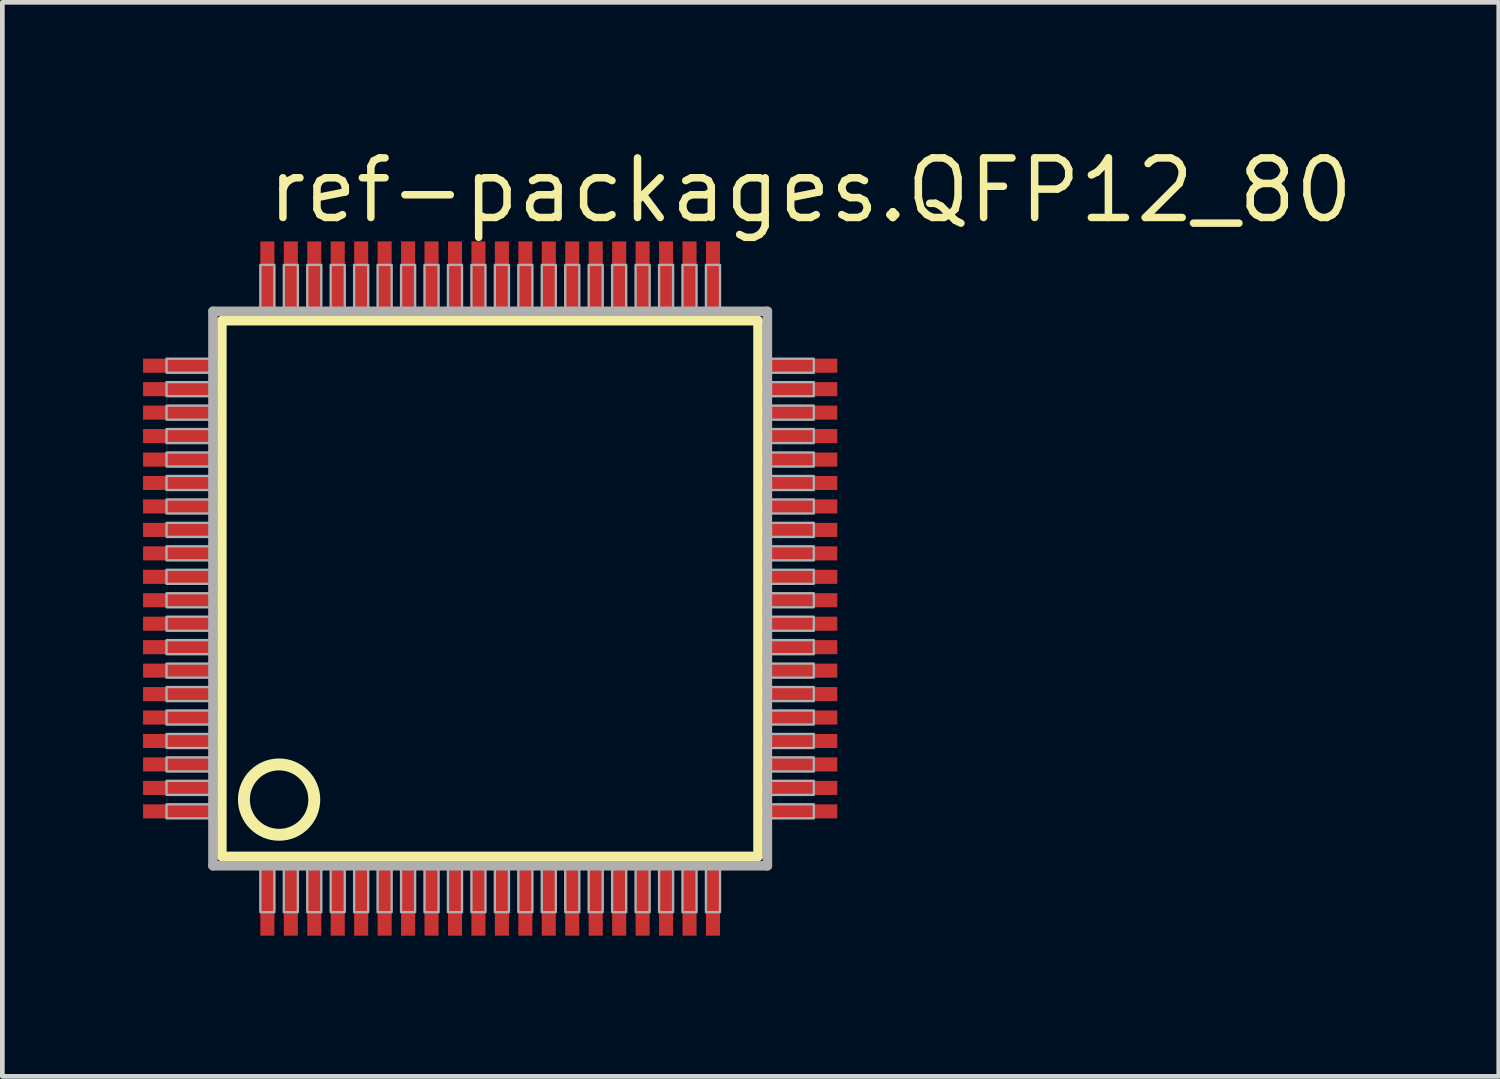
<source format=kicad_pcb>
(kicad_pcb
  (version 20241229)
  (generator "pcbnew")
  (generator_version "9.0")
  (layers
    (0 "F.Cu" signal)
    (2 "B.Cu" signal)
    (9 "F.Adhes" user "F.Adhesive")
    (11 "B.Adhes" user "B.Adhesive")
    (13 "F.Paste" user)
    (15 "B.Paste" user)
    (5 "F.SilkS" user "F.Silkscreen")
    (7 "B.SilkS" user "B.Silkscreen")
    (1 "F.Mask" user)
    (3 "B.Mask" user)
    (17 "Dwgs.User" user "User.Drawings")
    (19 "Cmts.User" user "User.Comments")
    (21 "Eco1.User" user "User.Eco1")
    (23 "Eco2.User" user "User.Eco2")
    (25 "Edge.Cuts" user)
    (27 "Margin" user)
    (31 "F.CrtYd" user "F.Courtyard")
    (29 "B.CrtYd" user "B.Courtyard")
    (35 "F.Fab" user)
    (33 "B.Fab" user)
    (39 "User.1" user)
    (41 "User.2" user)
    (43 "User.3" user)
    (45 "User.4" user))
  (footprint "ref-packages.QFP12_80"
    (layer "F.Cu")
    (at 7.4 9.497)
    (property "Reference" "ref-packages.QFP12_80" (at -4.826 -7.747 0) (layer "F.SilkS") (effects (font (size 1.27 1.27) (thickness 0.16)) (justify left bottom)))
    (attr smd)
    (fp_line (start -5.72 -5.71) (end 5.71 -5.71) (stroke (width 0.203) (type default)) (layer "F.SilkS"))
    (fp_line (start -5.72 5.71) (end -5.72 -5.71) (stroke (width 0.203) (type default)) (layer "F.SilkS"))
    (fp_line (start 5.71 5.71) (end -5.72 5.71) (stroke (width 0.203) (type default)) (layer "F.SilkS"))
    (fp_line (start 5.71 -5.71) (end 5.71 5.71) (stroke (width 0.203) (type default)) (layer "F.SilkS"))
    (fp_circle (center -4.5 4.5) (end -3.75 4.5) (stroke (width 0.254) (type default)) (fill no) (layer "F.SilkS"))
    (fp_line (start -5.91 -5.91) (end -5.91 5.91) (stroke (width 0.203) (type default)) (layer "F.Fab"))
    (fp_line (start -5.91 5.91) (end 5.91 5.91) (stroke (width 0.203) (type default)) (layer "F.Fab"))
    (fp_line (start 5.91 -5.91) (end -5.91 -5.91) (stroke (width 0.203) (type default)) (layer "F.Fab"))
    (fp_line (start 5.91 5.91) (end 5.91 -5.91) (stroke (width 0.203) (type default)) (layer "F.Fab"))
    (fp_rect (start -6.9 -4.6) (end -5.95 -4.9) (stroke (width 0.05) (type default)) (fill no) (layer "F.Fab"))
    (fp_rect (start -6.9 -4.1) (end -5.95 -4.4) (stroke (width 0.05) (type default)) (fill no) (layer "F.Fab"))
    (fp_rect (start -6.9 -3.6) (end -5.95 -3.9) (stroke (width 0.05) (type default)) (fill no) (layer "F.Fab"))
    (fp_rect (start -6.9 -3.1) (end -5.95 -3.4) (stroke (width 0.05) (type default)) (fill no) (layer "F.Fab"))
    (fp_rect (start -6.9 -2.6) (end -5.95 -2.9) (stroke (width 0.05) (type default)) (fill no) (layer "F.Fab"))
    (fp_rect (start -6.9 -2.1) (end -5.95 -2.4) (stroke (width 0.05) (type default)) (fill no) (layer "F.Fab"))
    (fp_rect (start -6.9 -1.6) (end -5.95 -1.9) (stroke (width 0.05) (type default)) (fill no) (layer "F.Fab"))
    (fp_rect (start -6.9 -1.1) (end -5.95 -1.4) (stroke (width 0.05) (type default)) (fill no) (layer "F.Fab"))
    (fp_rect (start -6.9 -0.6) (end -5.95 -0.9) (stroke (width 0.05) (type default)) (fill no) (layer "F.Fab"))
    (fp_rect (start -6.9 -0.1) (end -5.95 -0.4) (stroke (width 0.05) (type default)) (fill no) (layer "F.Fab"))
    (fp_rect (start -6.9 0.4) (end -5.95 0.1) (stroke (width 0.05) (type default)) (fill no) (layer "F.Fab"))
    (fp_rect (start -6.9 0.9) (end -5.95 0.6) (stroke (width 0.05) (type default)) (fill no) (layer "F.Fab"))
    (fp_rect (start -6.9 1.4) (end -5.95 1.1) (stroke (width 0.05) (type default)) (fill no) (layer "F.Fab"))
    (fp_rect (start -6.9 1.9) (end -5.95 1.6) (stroke (width 0.05) (type default)) (fill no) (layer "F.Fab"))
    (fp_rect (start -6.9 2.4) (end -5.95 2.1) (stroke (width 0.05) (type default)) (fill no) (layer "F.Fab"))
    (fp_rect (start -6.9 2.9) (end -5.95 2.6) (stroke (width 0.05) (type default)) (fill no) (layer "F.Fab"))
    (fp_rect (start -6.9 3.4) (end -5.95 3.1) (stroke (width 0.05) (type default)) (fill no) (layer "F.Fab"))
    (fp_rect (start -6.9 3.9) (end -5.95 3.6) (stroke (width 0.05) (type default)) (fill no) (layer "F.Fab"))
    (fp_rect (start -6.9 4.4) (end -5.95 4.1) (stroke (width 0.05) (type default)) (fill no) (layer "F.Fab"))
    (fp_rect (start -6.9 4.9) (end -5.95 4.6) (stroke (width 0.05) (type default)) (fill no) (layer "F.Fab"))
    (fp_rect (start -4.9 -5.95) (end -4.6 -6.9) (stroke (width 0.05) (type default)) (fill no) (layer "F.Fab"))
    (fp_rect (start -4.9 6.9) (end -4.6 5.95) (stroke (width 0.05) (type default)) (fill no) (layer "F.Fab"))
    (fp_rect (start -4.4 -5.95) (end -4.1 -6.9) (stroke (width 0.05) (type default)) (fill no) (layer "F.Fab"))
    (fp_rect (start -4.4 6.9) (end -4.1 5.95) (stroke (width 0.05) (type default)) (fill no) (layer "F.Fab"))
    (fp_rect (start -3.9 -5.95) (end -3.6 -6.9) (stroke (width 0.05) (type default)) (fill no) (layer "F.Fab"))
    (fp_rect (start -3.9 6.9) (end -3.6 5.95) (stroke (width 0.05) (type default)) (fill no) (layer "F.Fab"))
    (fp_rect (start -3.4 -5.95) (end -3.1 -6.9) (stroke (width 0.05) (type default)) (fill no) (layer "F.Fab"))
    (fp_rect (start -3.4 6.9) (end -3.1 5.95) (stroke (width 0.05) (type default)) (fill no) (layer "F.Fab"))
    (fp_rect (start -2.9 -5.95) (end -2.6 -6.9) (stroke (width 0.05) (type default)) (fill no) (layer "F.Fab"))
    (fp_rect (start -2.9 6.9) (end -2.6 5.95) (stroke (width 0.05) (type default)) (fill no) (layer "F.Fab"))
    (fp_rect (start -2.4 -5.95) (end -2.1 -6.9) (stroke (width 0.05) (type default)) (fill no) (layer "F.Fab"))
    (fp_rect (start -2.4 6.9) (end -2.1 5.95) (stroke (width 0.05) (type default)) (fill no) (layer "F.Fab"))
    (fp_rect (start -1.9 -5.95) (end -1.6 -6.9) (stroke (width 0.05) (type default)) (fill no) (layer "F.Fab"))
    (fp_rect (start -1.9 6.9) (end -1.6 5.95) (stroke (width 0.05) (type default)) (fill no) (layer "F.Fab"))
    (fp_rect (start -1.4 -5.95) (end -1.1 -6.9) (stroke (width 0.05) (type default)) (fill no) (layer "F.Fab"))
    (fp_rect (start -1.4 6.9) (end -1.1 5.95) (stroke (width 0.05) (type default)) (fill no) (layer "F.Fab"))
    (fp_rect (start -0.9 -5.95) (end -0.6 -6.9) (stroke (width 0.05) (type default)) (fill no) (layer "F.Fab"))
    (fp_rect (start -0.9 6.9) (end -0.6 5.95) (stroke (width 0.05) (type default)) (fill no) (layer "F.Fab"))
    (fp_rect (start -0.4 -5.95) (end -0.1 -6.9) (stroke (width 0.05) (type default)) (fill no) (layer "F.Fab"))
    (fp_rect (start -0.4 6.9) (end -0.1 5.95) (stroke (width 0.05) (type default)) (fill no) (layer "F.Fab"))
    (fp_rect (start 0.1 -5.95) (end 0.4 -6.9) (stroke (width 0.05) (type default)) (fill no) (layer "F.Fab"))
    (fp_rect (start 0.1 6.9) (end 0.4 5.95) (stroke (width 0.05) (type default)) (fill no) (layer "F.Fab"))
    (fp_rect (start 0.6 -5.95) (end 0.9 -6.9) (stroke (width 0.05) (type default)) (fill no) (layer "F.Fab"))
    (fp_rect (start 0.6 6.9) (end 0.9 5.95) (stroke (width 0.05) (type default)) (fill no) (layer "F.Fab"))
    (fp_rect (start 1.1 -5.95) (end 1.4 -6.9) (stroke (width 0.05) (type default)) (fill no) (layer "F.Fab"))
    (fp_rect (start 1.1 6.9) (end 1.4 5.95) (stroke (width 0.05) (type default)) (fill no) (layer "F.Fab"))
    (fp_rect (start 1.6 -5.95) (end 1.9 -6.9) (stroke (width 0.05) (type default)) (fill no) (layer "F.Fab"))
    (fp_rect (start 1.6 6.9) (end 1.9 5.95) (stroke (width 0.05) (type default)) (fill no) (layer "F.Fab"))
    (fp_rect (start 2.1 -5.95) (end 2.4 -6.9) (stroke (width 0.05) (type default)) (fill no) (layer "F.Fab"))
    (fp_rect (start 2.1 6.9) (end 2.4 5.95) (stroke (width 0.05) (type default)) (fill no) (layer "F.Fab"))
    (fp_rect (start 2.6 -5.95) (end 2.9 -6.9) (stroke (width 0.05) (type default)) (fill no) (layer "F.Fab"))
    (fp_rect (start 2.6 6.9) (end 2.9 5.95) (stroke (width 0.05) (type default)) (fill no) (layer "F.Fab"))
    (fp_rect (start 3.1 -5.95) (end 3.4 -6.9) (stroke (width 0.05) (type default)) (fill no) (layer "F.Fab"))
    (fp_rect (start 3.1 6.9) (end 3.4 5.95) (stroke (width 0.05) (type default)) (fill no) (layer "F.Fab"))
    (fp_rect (start 3.6 -5.95) (end 3.9 -6.9) (stroke (width 0.05) (type default)) (fill no) (layer "F.Fab"))
    (fp_rect (start 3.6 6.9) (end 3.9 5.95) (stroke (width 0.05) (type default)) (fill no) (layer "F.Fab"))
    (fp_rect (start 4.1 -5.95) (end 4.4 -6.9) (stroke (width 0.05) (type default)) (fill no) (layer "F.Fab"))
    (fp_rect (start 4.1 6.9) (end 4.4 5.95) (stroke (width 0.05) (type default)) (fill no) (layer "F.Fab"))
    (fp_rect (start 4.6 -5.95) (end 4.9 -6.9) (stroke (width 0.05) (type default)) (fill no) (layer "F.Fab"))
    (fp_rect (start 4.6 6.9) (end 4.9 5.95) (stroke (width 0.05) (type default)) (fill no) (layer "F.Fab"))
    (fp_rect (start 5.95 -4.6) (end 6.9 -4.9) (stroke (width 0.05) (type default)) (fill no) (layer "F.Fab"))
    (fp_rect (start 5.95 -4.1) (end 6.9 -4.4) (stroke (width 0.05) (type default)) (fill no) (layer "F.Fab"))
    (fp_rect (start 5.95 -3.6) (end 6.9 -3.9) (stroke (width 0.05) (type default)) (fill no) (layer "F.Fab"))
    (fp_rect (start 5.95 -3.1) (end 6.9 -3.4) (stroke (width 0.05) (type default)) (fill no) (layer "F.Fab"))
    (fp_rect (start 5.95 -2.6) (end 6.9 -2.9) (stroke (width 0.05) (type default)) (fill no) (layer "F.Fab"))
    (fp_rect (start 5.95 -2.1) (end 6.9 -2.4) (stroke (width 0.05) (type default)) (fill no) (layer "F.Fab"))
    (fp_rect (start 5.95 -1.6) (end 6.9 -1.9) (stroke (width 0.05) (type default)) (fill no) (layer "F.Fab"))
    (fp_rect (start 5.95 -1.1) (end 6.9 -1.4) (stroke (width 0.05) (type default)) (fill no) (layer "F.Fab"))
    (fp_rect (start 5.95 -0.6) (end 6.9 -0.9) (stroke (width 0.05) (type default)) (fill no) (layer "F.Fab"))
    (fp_rect (start 5.95 -0.1) (end 6.9 -0.4) (stroke (width 0.05) (type default)) (fill no) (layer "F.Fab"))
    (fp_rect (start 5.95 0.4) (end 6.9 0.1) (stroke (width 0.05) (type default)) (fill no) (layer "F.Fab"))
    (fp_rect (start 5.95 0.9) (end 6.9 0.6) (stroke (width 0.05) (type default)) (fill no) (layer "F.Fab"))
    (fp_rect (start 5.95 1.4) (end 6.9 1.1) (stroke (width 0.05) (type default)) (fill no) (layer "F.Fab"))
    (fp_rect (start 5.95 1.9) (end 6.9 1.6) (stroke (width 0.05) (type default)) (fill no) (layer "F.Fab"))
    (fp_rect (start 5.95 2.4) (end 6.9 2.1) (stroke (width 0.05) (type default)) (fill no) (layer "F.Fab"))
    (fp_rect (start 5.95 2.9) (end 6.9 2.6) (stroke (width 0.05) (type default)) (fill no) (layer "F.Fab"))
    (fp_rect (start 5.95 3.4) (end 6.9 3.1) (stroke (width 0.05) (type default)) (fill no) (layer "F.Fab"))
    (fp_rect (start 5.95 3.9) (end 6.9 3.6) (stroke (width 0.05) (type default)) (fill no) (layer "F.Fab"))
    (fp_rect (start 5.95 4.4) (end 6.9 4.1) (stroke (width 0.05) (type default)) (fill no) (layer "F.Fab"))
    (fp_rect (start 5.95 4.9) (end 6.9 4.6) (stroke (width 0.05) (type default)) (fill no) (layer "F.Fab"))
    (pad "1" smd roundrect (at -4.75 6.6) (size 0.3 1.6) (layers "F.Cu" "F.Mask" "F.Paste") (roundrect_rratio 0.01))
    (pad "2" smd roundrect (at -4.25 6.6) (size 0.3 1.6) (layers "F.Cu" "F.Mask" "F.Paste") (roundrect_rratio 0.01))
    (pad "3" smd roundrect (at -3.75 6.6) (size 0.3 1.6) (layers "F.Cu" "F.Mask" "F.Paste") (roundrect_rratio 0.01))
    (pad "4" smd roundrect (at -3.25 6.6) (size 0.3 1.6) (layers "F.Cu" "F.Mask" "F.Paste") (roundrect_rratio 0.01))
    (pad "5" smd roundrect (at -2.75 6.6) (size 0.3 1.6) (layers "F.Cu" "F.Mask" "F.Paste") (roundrect_rratio 0.01))
    (pad "6" smd roundrect (at -2.25 6.6) (size 0.3 1.6) (layers "F.Cu" "F.Mask" "F.Paste") (roundrect_rratio 0.01))
    (pad "7" smd roundrect (at -1.75 6.6) (size 0.3 1.6) (layers "F.Cu" "F.Mask" "F.Paste") (roundrect_rratio 0.01))
    (pad "8" smd roundrect (at -1.25 6.6) (size 0.3 1.6) (layers "F.Cu" "F.Mask" "F.Paste") (roundrect_rratio 0.01))
    (pad "9" smd roundrect (at -0.75 6.6) (size 0.3 1.6) (layers "F.Cu" "F.Mask" "F.Paste") (roundrect_rratio 0.01))
    (pad "10" smd roundrect (at -0.25 6.6) (size 0.3 1.6) (layers "F.Cu" "F.Mask" "F.Paste") (roundrect_rratio 0.01))
    (pad "11" smd roundrect (at 0.25 6.6) (size 0.3 1.6) (layers "F.Cu" "F.Mask" "F.Paste") (roundrect_rratio 0.01))
    (pad "12" smd roundrect (at 0.75 6.6) (size 0.3 1.6) (layers "F.Cu" "F.Mask" "F.Paste") (roundrect_rratio 0.01))
    (pad "13" smd roundrect (at 1.25 6.6) (size 0.3 1.6) (layers "F.Cu" "F.Mask" "F.Paste") (roundrect_rratio 0.01))
    (pad "14" smd roundrect (at 1.75 6.6) (size 0.3 1.6) (layers "F.Cu" "F.Mask" "F.Paste") (roundrect_rratio 0.01))
    (pad "15" smd roundrect (at 2.25 6.6) (size 0.3 1.6) (layers "F.Cu" "F.Mask" "F.Paste") (roundrect_rratio 0.01))
    (pad "16" smd roundrect (at 2.75 6.6) (size 0.3 1.6) (layers "F.Cu" "F.Mask" "F.Paste") (roundrect_rratio 0.01))
    (pad "17" smd roundrect (at 3.25 6.6) (size 0.3 1.6) (layers "F.Cu" "F.Mask" "F.Paste") (roundrect_rratio 0.01))
    (pad "18" smd roundrect (at 3.75 6.6) (size 0.3 1.6) (layers "F.Cu" "F.Mask" "F.Paste") (roundrect_rratio 0.01))
    (pad "19" smd roundrect (at 4.25 6.6) (size 0.3 1.6) (layers "F.Cu" "F.Mask" "F.Paste") (roundrect_rratio 0.01))
    (pad "20" smd roundrect (at 4.75 6.6) (size 0.3 1.6) (layers "F.Cu" "F.Mask" "F.Paste") (roundrect_rratio 0.01))
    (pad "21" smd roundrect (at 6.6 4.75) (size 1.6 0.3) (layers "F.Cu" "F.Mask" "F.Paste") (roundrect_rratio 0.01))
    (pad "22" smd roundrect (at 6.6 4.25) (size 1.6 0.3) (layers "F.Cu" "F.Mask" "F.Paste") (roundrect_rratio 0.01))
    (pad "23" smd roundrect (at 6.6 3.75) (size 1.6 0.3) (layers "F.Cu" "F.Mask" "F.Paste") (roundrect_rratio 0.01))
    (pad "24" smd roundrect (at 6.6 3.25) (size 1.6 0.3) (layers "F.Cu" "F.Mask" "F.Paste") (roundrect_rratio 0.01))
    (pad "25" smd roundrect (at 6.6 2.75) (size 1.6 0.3) (layers "F.Cu" "F.Mask" "F.Paste") (roundrect_rratio 0.01))
    (pad "26" smd roundrect (at 6.6 2.25) (size 1.6 0.3) (layers "F.Cu" "F.Mask" "F.Paste") (roundrect_rratio 0.01))
    (pad "27" smd roundrect (at 6.6 1.75) (size 1.6 0.3) (layers "F.Cu" "F.Mask" "F.Paste") (roundrect_rratio 0.01))
    (pad "28" smd roundrect (at 6.6 1.25) (size 1.6 0.3) (layers "F.Cu" "F.Mask" "F.Paste") (roundrect_rratio 0.01))
    (pad "29" smd roundrect (at 6.6 0.75) (size 1.6 0.3) (layers "F.Cu" "F.Mask" "F.Paste") (roundrect_rratio 0.01))
    (pad "30" smd roundrect (at 6.6 0.25) (size 1.6 0.3) (layers "F.Cu" "F.Mask" "F.Paste") (roundrect_rratio 0.01))
    (pad "31" smd roundrect (at 6.6 -0.25) (size 1.6 0.3) (layers "F.Cu" "F.Mask" "F.Paste") (roundrect_rratio 0.01))
    (pad "32" smd roundrect (at 6.6 -0.75) (size 1.6 0.3) (layers "F.Cu" "F.Mask" "F.Paste") (roundrect_rratio 0.01))
    (pad "33" smd roundrect (at 6.6 -1.25) (size 1.6 0.3) (layers "F.Cu" "F.Mask" "F.Paste") (roundrect_rratio 0.01))
    (pad "34" smd roundrect (at 6.6 -1.75) (size 1.6 0.3) (layers "F.Cu" "F.Mask" "F.Paste") (roundrect_rratio 0.01))
    (pad "35" smd roundrect (at 6.6 -2.25) (size 1.6 0.3) (layers "F.Cu" "F.Mask" "F.Paste") (roundrect_rratio 0.01))
    (pad "36" smd roundrect (at 6.6 -2.75) (size 1.6 0.3) (layers "F.Cu" "F.Mask" "F.Paste") (roundrect_rratio 0.01))
    (pad "37" smd roundrect (at 6.6 -3.25) (size 1.6 0.3) (layers "F.Cu" "F.Mask" "F.Paste") (roundrect_rratio 0.01))
    (pad "38" smd roundrect (at 6.6 -3.75) (size 1.6 0.3) (layers "F.Cu" "F.Mask" "F.Paste") (roundrect_rratio 0.01))
    (pad "39" smd roundrect (at 6.6 -4.25) (size 1.6 0.3) (layers "F.Cu" "F.Mask" "F.Paste") (roundrect_rratio 0.01))
    (pad "40" smd roundrect (at 6.6 -4.75) (size 1.6 0.3) (layers "F.Cu" "F.Mask" "F.Paste") (roundrect_rratio 0.01))
    (pad "41" smd roundrect (at 4.75 -6.6) (size 0.3 1.6) (layers "F.Cu" "F.Mask" "F.Paste") (roundrect_rratio 0.01))
    (pad "42" smd roundrect (at 4.25 -6.6) (size 0.3 1.6) (layers "F.Cu" "F.Mask" "F.Paste") (roundrect_rratio 0.01))
    (pad "43" smd roundrect (at 3.75 -6.6) (size 0.3 1.6) (layers "F.Cu" "F.Mask" "F.Paste") (roundrect_rratio 0.01))
    (pad "44" smd roundrect (at 3.25 -6.6) (size 0.3 1.6) (layers "F.Cu" "F.Mask" "F.Paste") (roundrect_rratio 0.01))
    (pad "45" smd roundrect (at 2.75 -6.6) (size 0.3 1.6) (layers "F.Cu" "F.Mask" "F.Paste") (roundrect_rratio 0.01))
    (pad "46" smd roundrect (at 2.25 -6.6) (size 0.3 1.6) (layers "F.Cu" "F.Mask" "F.Paste") (roundrect_rratio 0.01))
    (pad "47" smd roundrect (at 1.75 -6.6) (size 0.3 1.6) (layers "F.Cu" "F.Mask" "F.Paste") (roundrect_rratio 0.01))
    (pad "48" smd roundrect (at 1.25 -6.6) (size 0.3 1.6) (layers "F.Cu" "F.Mask" "F.Paste") (roundrect_rratio 0.01))
    (pad "49" smd roundrect (at 0.75 -6.6) (size 0.3 1.6) (layers "F.Cu" "F.Mask" "F.Paste") (roundrect_rratio 0.01))
    (pad "50" smd roundrect (at 0.25 -6.6) (size 0.3 1.6) (layers "F.Cu" "F.Mask" "F.Paste") (roundrect_rratio 0.01))
    (pad "51" smd roundrect (at -0.25 -6.6) (size 0.3 1.6) (layers "F.Cu" "F.Mask" "F.Paste") (roundrect_rratio 0.01))
    (pad "52" smd roundrect (at -0.75 -6.6) (size 0.3 1.6) (layers "F.Cu" "F.Mask" "F.Paste") (roundrect_rratio 0.01))
    (pad "53" smd roundrect (at -1.25 -6.6) (size 0.3 1.6) (layers "F.Cu" "F.Mask" "F.Paste") (roundrect_rratio 0.01))
    (pad "54" smd roundrect (at -1.75 -6.6) (size 0.3 1.6) (layers "F.Cu" "F.Mask" "F.Paste") (roundrect_rratio 0.01))
    (pad "55" smd roundrect (at -2.25 -6.6) (size 0.3 1.6) (layers "F.Cu" "F.Mask" "F.Paste") (roundrect_rratio 0.01))
    (pad "56" smd roundrect (at -2.75 -6.6) (size 0.3 1.6) (layers "F.Cu" "F.Mask" "F.Paste") (roundrect_rratio 0.01))
    (pad "57" smd roundrect (at -3.25 -6.6) (size 0.3 1.6) (layers "F.Cu" "F.Mask" "F.Paste") (roundrect_rratio 0.01))
    (pad "58" smd roundrect (at -3.75 -6.6) (size 0.3 1.6) (layers "F.Cu" "F.Mask" "F.Paste") (roundrect_rratio 0.01))
    (pad "59" smd roundrect (at -4.25 -6.6) (size 0.3 1.6) (layers "F.Cu" "F.Mask" "F.Paste") (roundrect_rratio 0.01))
    (pad "60" smd roundrect (at -4.75 -6.6) (size 0.3 1.6) (layers "F.Cu" "F.Mask" "F.Paste") (roundrect_rratio 0.01))
    (pad "61" smd roundrect (at -6.6 -4.75) (size 1.6 0.3) (layers "F.Cu" "F.Mask" "F.Paste") (roundrect_rratio 0.01))
    (pad "62" smd roundrect (at -6.6 -4.25) (size 1.6 0.3) (layers "F.Cu" "F.Mask" "F.Paste") (roundrect_rratio 0.01))
    (pad "63" smd roundrect (at -6.6 -3.75) (size 1.6 0.3) (layers "F.Cu" "F.Mask" "F.Paste") (roundrect_rratio 0.01))
    (pad "64" smd roundrect (at -6.6 -3.25) (size 1.6 0.3) (layers "F.Cu" "F.Mask" "F.Paste") (roundrect_rratio 0.01))
    (pad "65" smd roundrect (at -6.6 -2.75) (size 1.6 0.3) (layers "F.Cu" "F.Mask" "F.Paste") (roundrect_rratio 0.01))
    (pad "66" smd roundrect (at -6.6 -2.25) (size 1.6 0.3) (layers "F.Cu" "F.Mask" "F.Paste") (roundrect_rratio 0.01))
    (pad "67" smd roundrect (at -6.6 -1.75) (size 1.6 0.3) (layers "F.Cu" "F.Mask" "F.Paste") (roundrect_rratio 0.01))
    (pad "68" smd roundrect (at -6.6 -1.25) (size 1.6 0.3) (layers "F.Cu" "F.Mask" "F.Paste") (roundrect_rratio 0.01))
    (pad "69" smd roundrect (at -6.6 -0.75) (size 1.6 0.3) (layers "F.Cu" "F.Mask" "F.Paste") (roundrect_rratio 0.01))
    (pad "70" smd roundrect (at -6.6 -0.25) (size 1.6 0.3) (layers "F.Cu" "F.Mask" "F.Paste") (roundrect_rratio 0.01))
    (pad "71" smd roundrect (at -6.6 0.25) (size 1.6 0.3) (layers "F.Cu" "F.Mask" "F.Paste") (roundrect_rratio 0.01))
    (pad "72" smd roundrect (at -6.6 0.75) (size 1.6 0.3) (layers "F.Cu" "F.Mask" "F.Paste") (roundrect_rratio 0.01))
    (pad "73" smd roundrect (at -6.6 1.25) (size 1.6 0.3) (layers "F.Cu" "F.Mask" "F.Paste") (roundrect_rratio 0.01))
    (pad "74" smd roundrect (at -6.6 1.75) (size 1.6 0.3) (layers "F.Cu" "F.Mask" "F.Paste") (roundrect_rratio 0.01))
    (pad "75" smd roundrect (at -6.6 2.25) (size 1.6 0.3) (layers "F.Cu" "F.Mask" "F.Paste") (roundrect_rratio 0.01))
    (pad "76" smd roundrect (at -6.6 2.75) (size 1.6 0.3) (layers "F.Cu" "F.Mask" "F.Paste") (roundrect_rratio 0.01))
    (pad "77" smd roundrect (at -6.6 3.25) (size 1.6 0.3) (layers "F.Cu" "F.Mask" "F.Paste") (roundrect_rratio 0.01))
    (pad "78" smd roundrect (at -6.6 3.75) (size 1.6 0.3) (layers "F.Cu" "F.Mask" "F.Paste") (roundrect_rratio 0.01))
    (pad "79" smd roundrect (at -6.6 4.25) (size 1.6 0.3) (layers "F.Cu" "F.Mask" "F.Paste") (roundrect_rratio 0.01))
    (pad "80" smd roundrect (at -6.6 4.75) (size 1.6 0.3) (layers "F.Cu" "F.Mask" "F.Paste") (roundrect_rratio 0.01)))
  (gr_rect
    (start -3 -3)
    (end 28.902 19.897)
    (stroke (width 0.1) (type default))
    (fill no)
    (layer "Edge.Cuts")))
</source>
